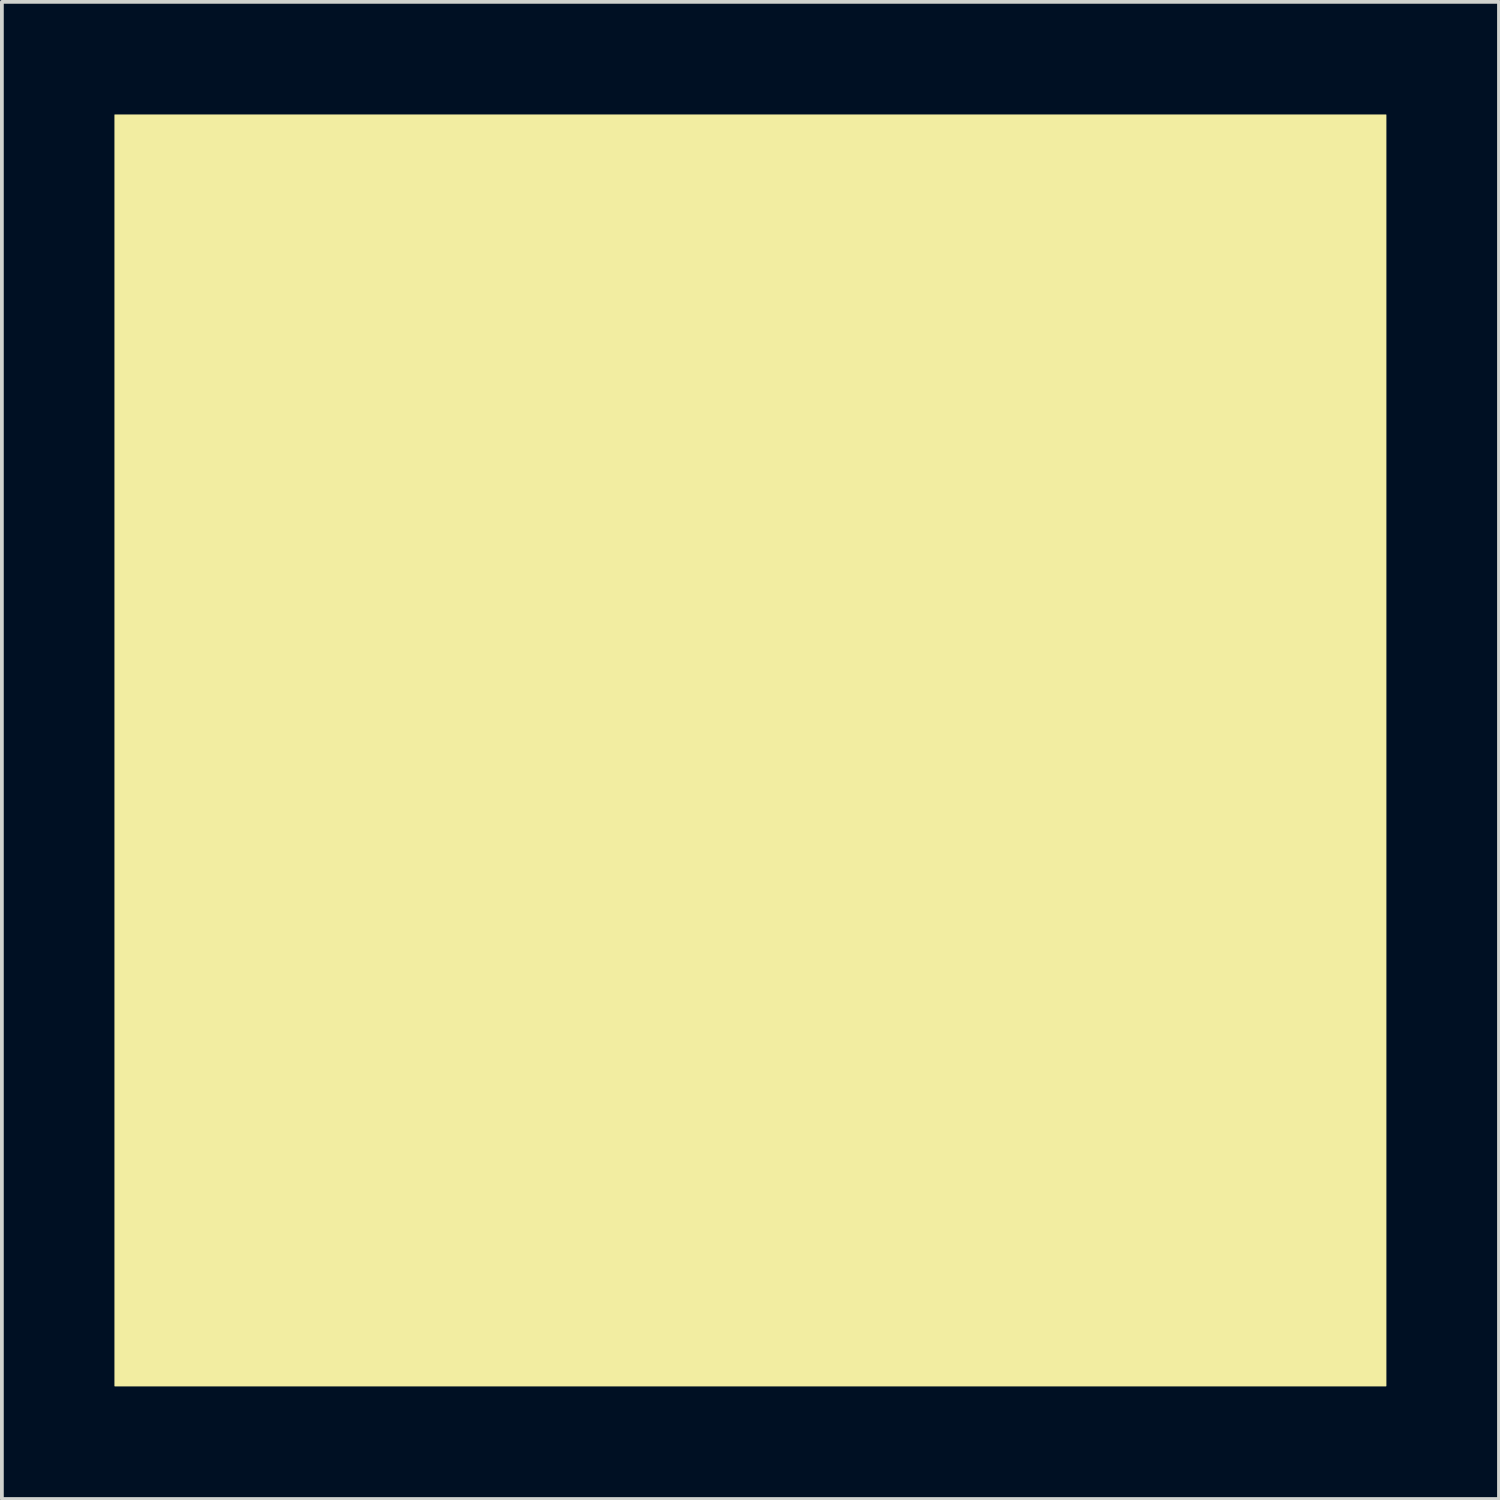
<source format=kicad_pcb>
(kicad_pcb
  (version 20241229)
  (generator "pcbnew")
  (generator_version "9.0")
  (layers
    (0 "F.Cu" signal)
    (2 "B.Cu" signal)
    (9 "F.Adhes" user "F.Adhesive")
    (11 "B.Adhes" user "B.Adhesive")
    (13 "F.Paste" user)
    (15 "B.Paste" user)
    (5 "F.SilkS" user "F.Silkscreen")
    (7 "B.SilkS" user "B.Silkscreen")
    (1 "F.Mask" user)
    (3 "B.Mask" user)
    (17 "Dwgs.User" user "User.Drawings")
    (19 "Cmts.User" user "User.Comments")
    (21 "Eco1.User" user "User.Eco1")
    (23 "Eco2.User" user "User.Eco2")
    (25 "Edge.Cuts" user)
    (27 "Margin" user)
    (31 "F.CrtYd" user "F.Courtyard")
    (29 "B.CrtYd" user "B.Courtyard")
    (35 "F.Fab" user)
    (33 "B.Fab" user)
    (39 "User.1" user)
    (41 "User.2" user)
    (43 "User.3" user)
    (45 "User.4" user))
  (footprint "HDMI"
    (layer "F.Cu")
    (at 16.938 16.938)
    (property "Reference" "HDMI" (at 0 0 0) (layer "F.SilkS") (effects (font (size 1.524 1.524) (thickness 0.3))))
    (attr through_hole)
    (fp_poly (pts (xy 16.933 16.933) (xy -16.933 16.933) (xy -16.933 -16.933) (xy 16.933 -16.933) (xy 16.933 16.933)) (stroke (width 0.01) (type solid)) (fill yes) (layer "F.SilkS")))
  (gr_rect
    (start -3 -3)
    (end 36.877 36.877)
    (stroke (width 0.1) (type default))
    (fill no)
    (layer "Edge.Cuts")))
</source>
